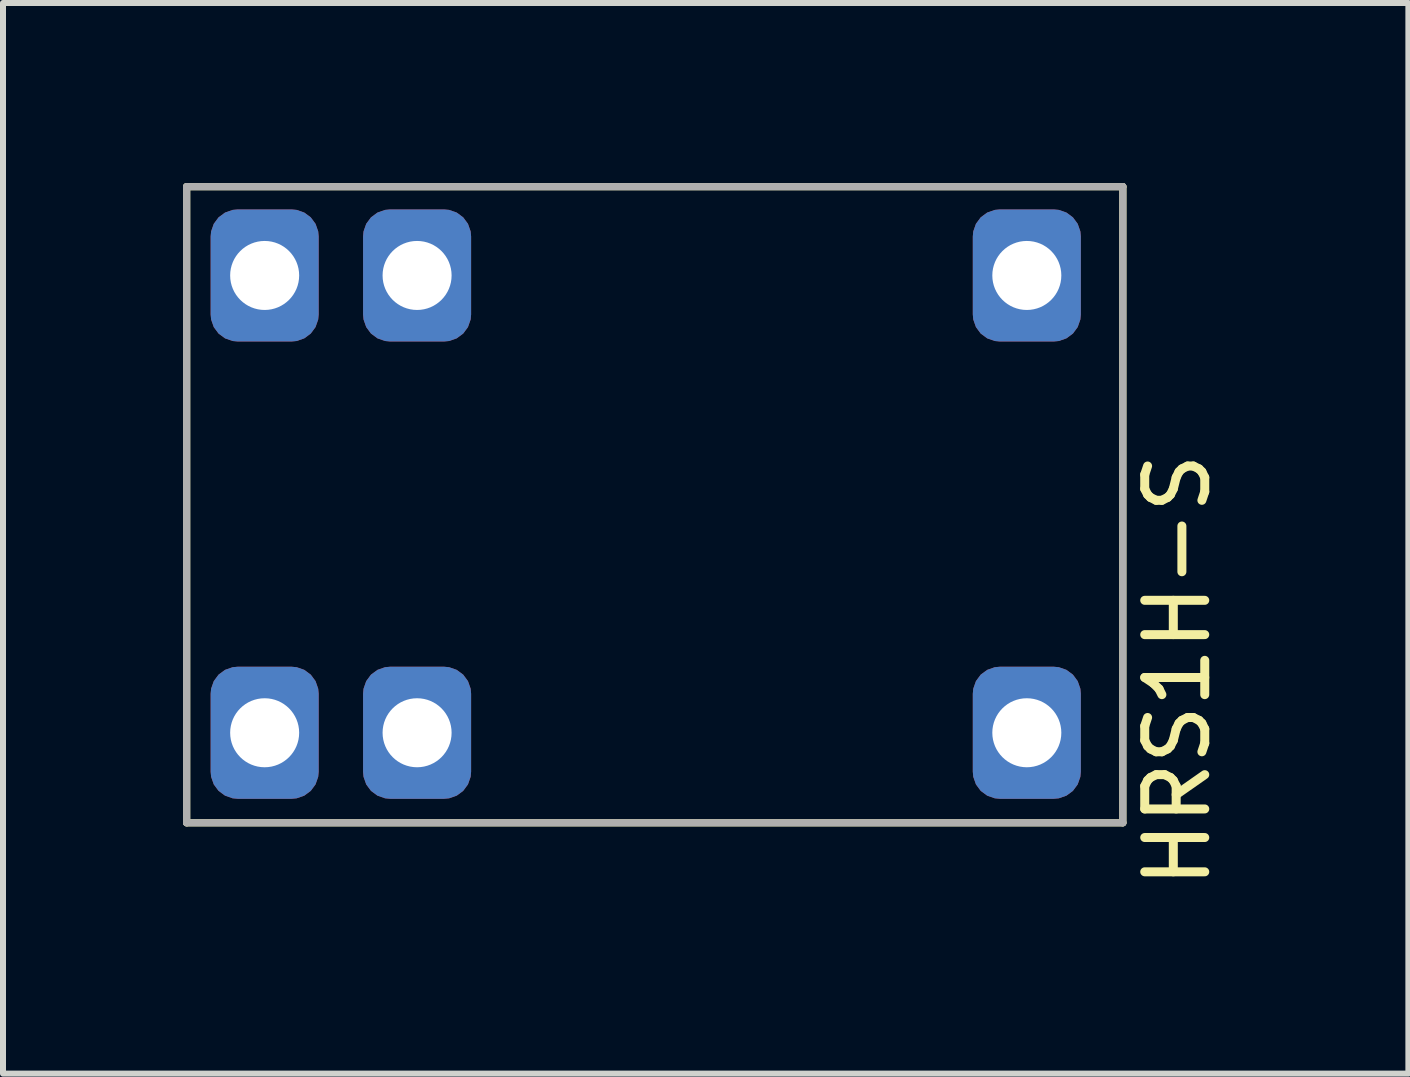
<source format=kicad_pcb>
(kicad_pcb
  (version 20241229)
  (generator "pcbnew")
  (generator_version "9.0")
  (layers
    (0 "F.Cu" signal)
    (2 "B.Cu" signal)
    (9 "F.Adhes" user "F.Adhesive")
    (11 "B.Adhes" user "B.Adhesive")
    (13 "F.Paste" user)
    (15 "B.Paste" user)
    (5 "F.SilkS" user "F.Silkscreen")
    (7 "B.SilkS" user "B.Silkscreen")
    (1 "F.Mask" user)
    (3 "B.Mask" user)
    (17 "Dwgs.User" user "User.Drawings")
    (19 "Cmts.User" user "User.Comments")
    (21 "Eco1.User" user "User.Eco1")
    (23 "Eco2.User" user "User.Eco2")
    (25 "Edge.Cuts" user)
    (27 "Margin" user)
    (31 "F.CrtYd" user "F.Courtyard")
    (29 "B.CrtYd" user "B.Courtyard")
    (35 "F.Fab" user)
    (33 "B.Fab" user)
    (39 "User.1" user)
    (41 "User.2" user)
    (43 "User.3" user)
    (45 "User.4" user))
  (footprint "HRS1H-S"
    (layer "F.Cu")
    (at 7.71 5.35)
    (property "Reference" "HRS1H-S" (at 8.86 2.77 270) (layer "F.SilkS") (effects (font (size 1 1) (thickness 0.15))))
    (attr through_hole)
    (fp_line (start -7.65 -5.29) (end 7.95 -5.29) (stroke (width 0.12) (type solid)) (layer "F.SilkS"))
    (fp_line (start -7.65 5.31) (end -7.65 -5.29) (stroke (width 0.12) (type solid)) (layer "F.SilkS"))
    (fp_line (start 7.95 -5.29) (end 7.95 5.31) (stroke (width 0.12) (type solid)) (layer "F.SilkS"))
    (fp_line (start 7.95 5.31) (end -7.65 5.31) (stroke (width 0.12) (type solid)) (layer "F.SilkS"))
    (fp_line (start -7.65 -5.29) (end 7.95 -5.29) (stroke (width 0.12) (type solid)) (layer "F.Fab"))
    (fp_line (start -7.65 5.31) (end -7.65 -5.29) (stroke (width 0.12) (type solid)) (layer "F.Fab"))
    (fp_line (start 7.95 -5.29) (end 7.95 5.31) (stroke (width 0.12) (type solid)) (layer "F.Fab"))
    (fp_line (start 7.95 5.31) (end -7.65 5.31) (stroke (width 0.12) (type solid)) (layer "F.Fab"))
    (pad "1" thru_hole roundrect (at -6.35 3.81) (size 1.8 2.2) (drill 1.15) (layers "*.Cu" "*.Mask") (roundrect_rratio 0.25))
    (pad "2" thru_hole roundrect (at -3.81 3.81) (size 1.8 2.2) (drill 1.15) (layers "*.Cu" "*.Mask") (roundrect_rratio 0.25))
    (pad "3" thru_hole roundrect (at 6.35 3.81) (size 1.8 2.2) (drill 1.15) (layers "*.Cu" "*.Mask") (roundrect_rratio 0.25))
    (pad "4" thru_hole roundrect (at 6.35 -3.81) (size 1.8 2.2) (drill 1.15) (layers "*.Cu" "*.Mask") (roundrect_rratio 0.25))
    (pad "5" thru_hole roundrect (at -3.81 -3.81) (size 1.8 2.2) (drill 1.15) (layers "*.Cu" "*.Mask") (roundrect_rratio 0.25))
    (pad "6" thru_hole roundrect (at -6.35 -3.81) (size 1.8 2.2) (drill 1.15) (layers "*.Cu" "*.Mask") (roundrect_rratio 0.25)))
  (gr_rect
    (start -3 -3)
    (end 20.418 14.84)
    (stroke (width 0.1) (type default))
    (fill no)
    (layer "Edge.Cuts")))
</source>
